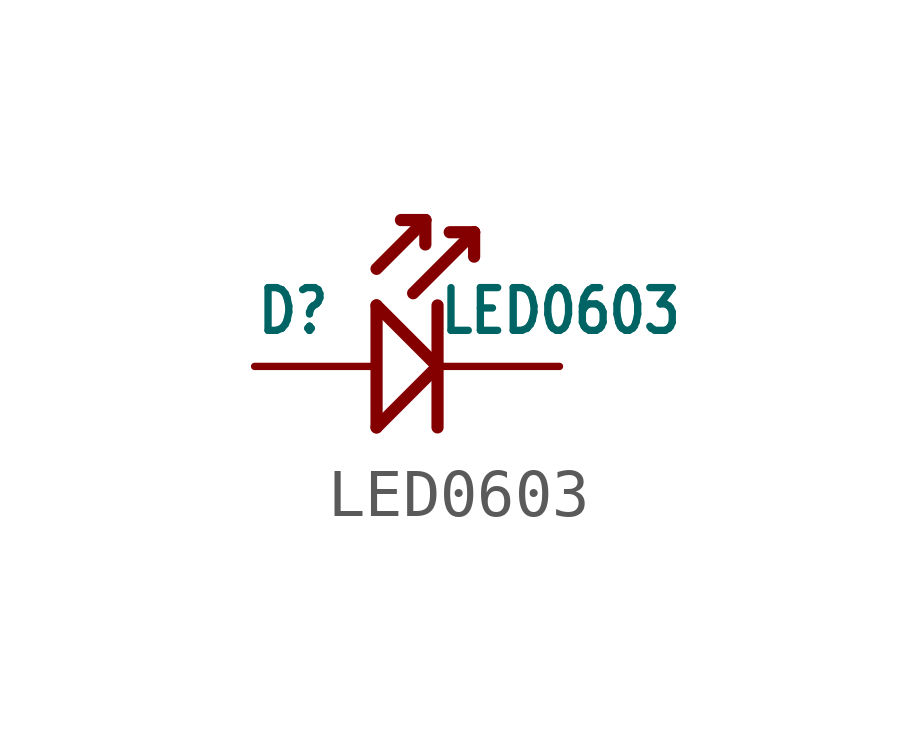
<source format=kicad_sym>
(kicad_symbol_lib
  (version 20211014)
  (generator kicad_symbol_editor)
  (symbol "LED0603"
    (property "Reference" "D"
      (at -2.54 0.635 0)
      (effects (font (size 0.889 0.756)) (justify left bottom)))
    (property "Value" "LED0603"
      (at 1.27 0.635 0)
      (effects (font (size 0.889 0.756)) (justify left bottom)))
    (property "ki_locked" ""
      (at 0 0 0)
      (effects (font (size 1.27 1.27))))
    (symbol "LED0603_1_0"
      (polyline (pts (xy 0 -1.27) (xy 0 1.27)) (stroke (width 0.254) (type default) (color 0 0 0 0)) (fill (type none)))
      (polyline (pts (xy 0 1.27) (xy 1.27 0)) (stroke (width 0.254) (type default) (color 0 0 0 0)) (fill (type none)))
      (polyline (pts (xy 0 2.032) (xy 1.016 3.048)) (stroke (width 0.254) (type default) (color 0 0 0 0)) (fill (type none)))
      (polyline (pts (xy 0.762 1.524) (xy 2.032 2.794)) (stroke (width 0.254) (type default) (color 0 0 0 0)) (fill (type none)))
      (polyline (pts (xy 1.016 3.048) (xy 0.508 3.048)) (stroke (width 0.254) (type default) (color 0 0 0 0)) (fill (type none)))
      (polyline (pts (xy 1.016 3.048) (xy 1.016 2.54)) (stroke (width 0.254) (type default) (color 0 0 0 0)) (fill (type none)))
      (polyline (pts (xy 1.27 0) (xy 0 -1.27)) (stroke (width 0.254) (type default) (color 0 0 0 0)) (fill (type none)))
      (polyline (pts (xy 1.27 0) (xy 1.27 -1.27)) (stroke (width 0.254) (type default) (color 0 0 0 0)) (fill (type none)))
      (polyline (pts (xy 1.27 1.27) (xy 1.27 0)) (stroke (width 0.254) (type default) (color 0 0 0 0)) (fill (type none)))
      (polyline (pts (xy 2.032 2.794) (xy 1.524 2.794)) (stroke (width 0.254) (type default) (color 0 0 0 0)) (fill (type none)))
      (polyline (pts (xy 2.032 2.794) (xy 2.032 2.286)) (stroke (width 0.254) (type default) (color 0 0 0 0)) (fill (type none)))
      (pin passive line (at -2.54 0 0) (length 2.54) (name "+" (effects (font (size 0 0)))) (number "+" (effects (font (size 0 0)))))
      (pin passive line (at 3.81 0 180) (length 2.54) (name "-" (effects (font (size 0 0)))) (number "-" (effects (font (size 0 0))))))))
</source>
